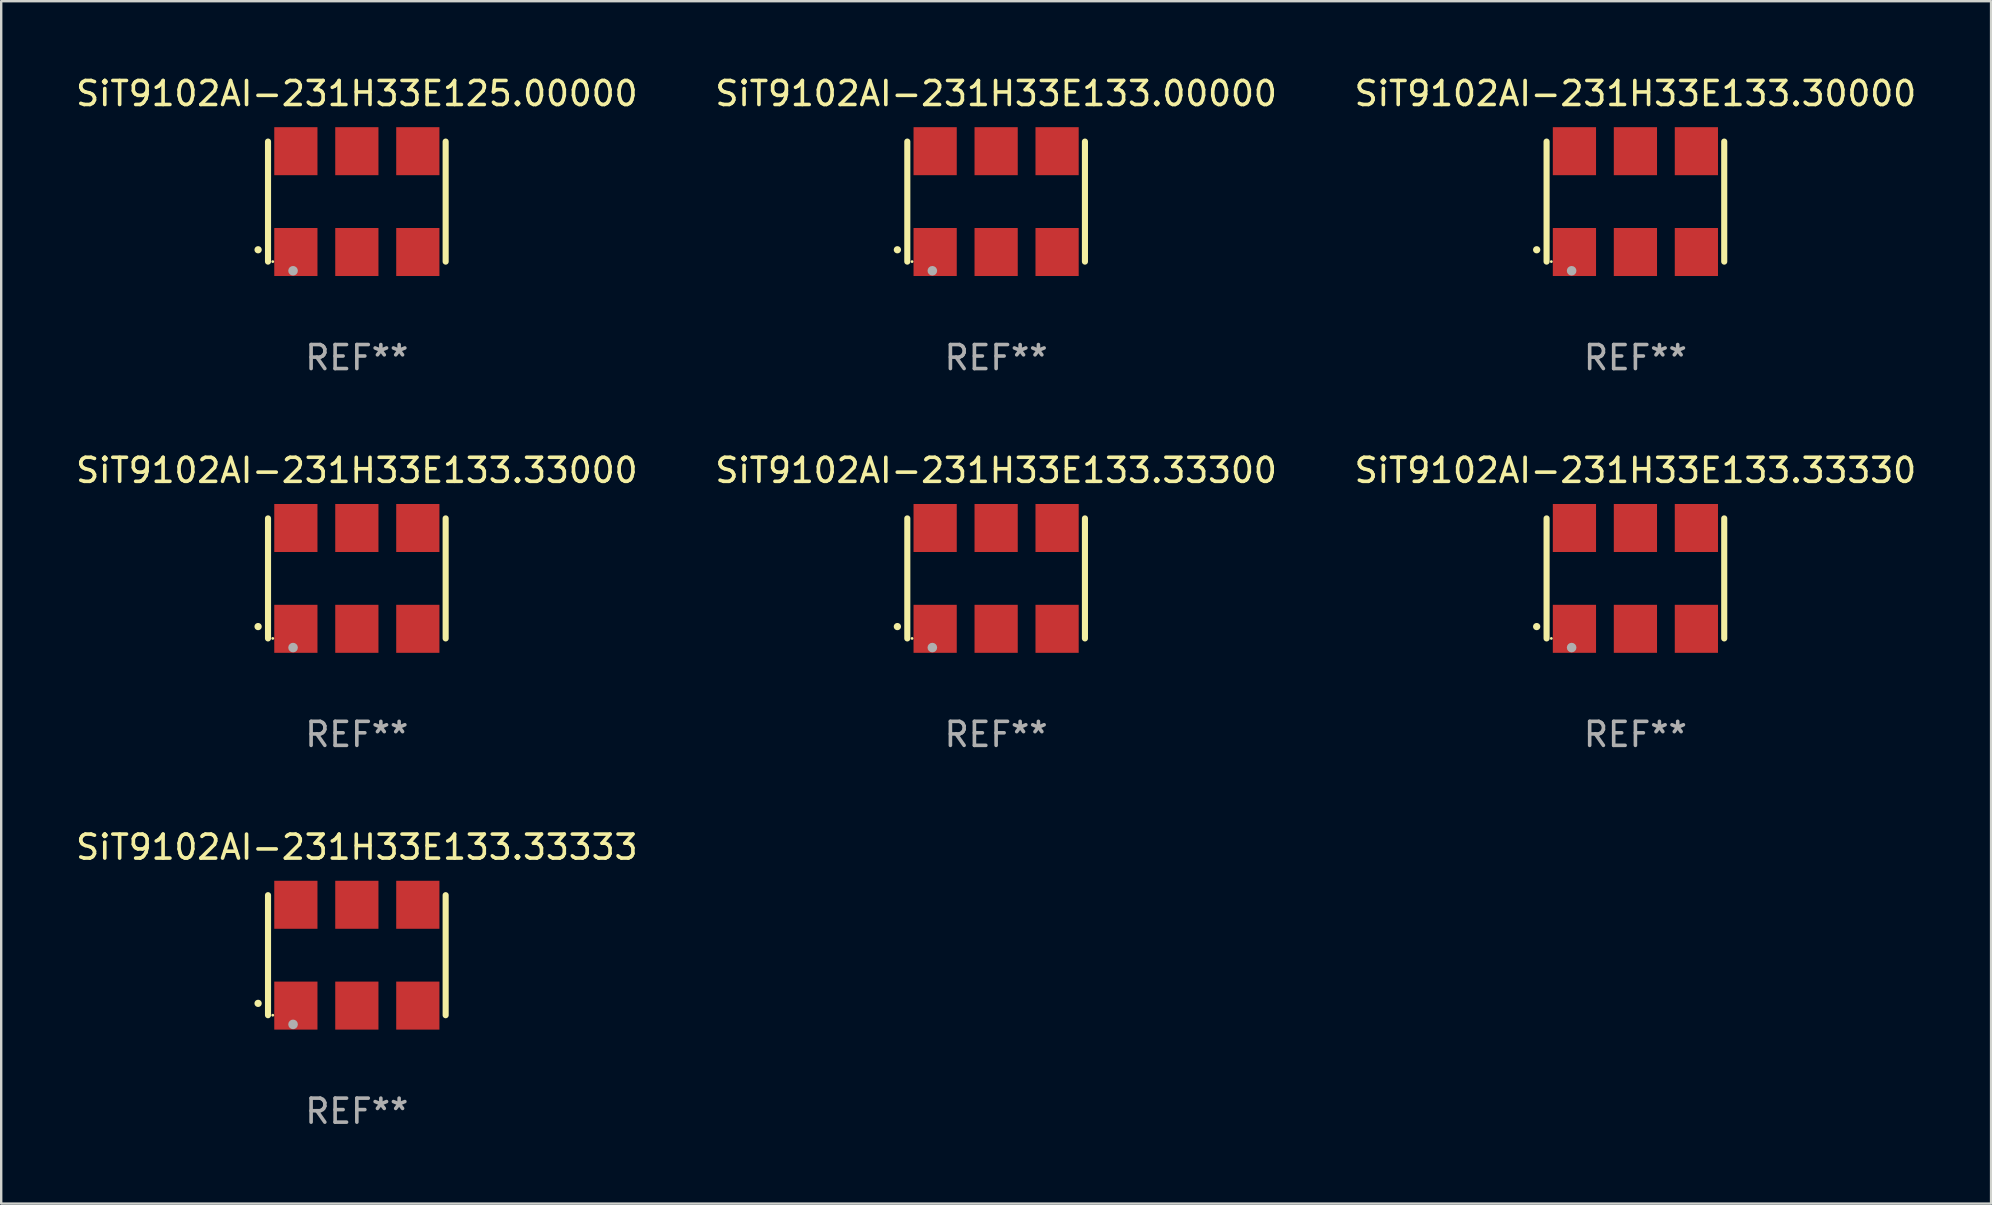
<source format=kicad_pcb>
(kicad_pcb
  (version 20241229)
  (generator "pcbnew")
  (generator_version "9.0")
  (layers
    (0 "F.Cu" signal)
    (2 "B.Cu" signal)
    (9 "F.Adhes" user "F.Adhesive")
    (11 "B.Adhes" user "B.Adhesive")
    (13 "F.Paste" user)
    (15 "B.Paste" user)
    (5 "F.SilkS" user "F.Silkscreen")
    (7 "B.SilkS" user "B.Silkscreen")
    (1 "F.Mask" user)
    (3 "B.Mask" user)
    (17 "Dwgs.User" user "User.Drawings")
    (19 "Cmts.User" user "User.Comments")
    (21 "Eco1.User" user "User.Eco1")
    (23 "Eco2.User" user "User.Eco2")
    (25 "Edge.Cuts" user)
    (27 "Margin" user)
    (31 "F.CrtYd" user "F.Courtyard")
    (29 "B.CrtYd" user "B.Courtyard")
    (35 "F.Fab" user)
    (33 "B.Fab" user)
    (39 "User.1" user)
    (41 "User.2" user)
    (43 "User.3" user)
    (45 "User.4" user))
  (footprint "SiT9102AI-231H33E133.33000"
    (layer "F.Cu")
    (at 11.815 21.045)
    (property "Reference" "SiT9102AI-231H33E133.33000" (at 0 -4.5 0) (layer "F.SilkS") (effects (font (size 1 1) (thickness 0.15))))
    (attr through_hole)
    (fp_line (start -3.7 -2.5) (end -3.7 2.5) (stroke (width 0.254) (type solid)) (layer "F.SilkS"))
    (fp_line (start 3.7 -2.5) (end 3.7 2.5) (stroke (width 0.254) (type solid)) (layer "F.SilkS"))
    (fp_arc (start -4.114415 2.006604) (mid -4.113145 2.006599) (end -4.111875 2.006604) (stroke (width 0.3) (type solid)) (layer "F.SilkS"))
    (fp_circle (center -3.502 2.5) (end -3.472 2.5) (stroke (width 0.06) (type solid)) (fill no) (layer "F.SilkS"))
    (fp_circle (center -2.657 2.882) (end -2.557 2.882) (stroke (width 0.2) (type solid)) (fill no) (layer "F.Fab"))
    (fp_text user "REF**" (at 0 6.5 0) (layer "F.Fab") (effects (font (size 1 1) (thickness 0.15))))
    (pad "1" smd rect (at -2.54 2.1) (size 1.8 2) (layers "F.Cu" "F.Mask" "F.Paste"))
    (pad "2" smd rect (at 0.000394 2.1) (size 1.8 2) (layers "F.Cu" "F.Mask" "F.Paste"))
    (pad "3" smd rect (at 2.54 2.1) (size 1.8 2) (layers "F.Cu" "F.Mask" "F.Paste"))
    (pad "4" smd rect (at 2.54 -2.1) (size 1.8 2) (layers "F.Cu" "F.Mask" "F.Paste"))
    (pad "5" smd rect (at 0.000394 -2.1) (size 1.8 2) (layers "F.Cu" "F.Mask" "F.Paste"))
    (pad "6" smd rect (at -2.54 -2.1) (size 1.8 2) (layers "F.Cu" "F.Mask" "F.Paste")))
  (footprint "SiT9102AI-231H33E133.33330"
    (layer "F.Cu")
    (at 65.077 21.045)
    (property "Reference" "SiT9102AI-231H33E133.33330" (at 0 -4.5 0) (layer "F.SilkS") (effects (font (size 1 1) (thickness 0.15))))
    (attr through_hole)
    (fp_line (start -3.7 -2.5) (end -3.7 2.5) (stroke (width 0.254) (type solid)) (layer "F.SilkS"))
    (fp_line (start 3.7 -2.5) (end 3.7 2.5) (stroke (width 0.254) (type solid)) (layer "F.SilkS"))
    (fp_arc (start -4.114415 2.006604) (mid -4.113145 2.006599) (end -4.111875 2.006604) (stroke (width 0.3) (type solid)) (layer "F.SilkS"))
    (fp_circle (center -3.502 2.5) (end -3.472 2.5) (stroke (width 0.06) (type solid)) (fill no) (layer "F.SilkS"))
    (fp_circle (center -2.657 2.882) (end -2.557 2.882) (stroke (width 0.2) (type solid)) (fill no) (layer "F.Fab"))
    (fp_text user "REF**" (at 0 6.5 0) (layer "F.Fab") (effects (font (size 1 1) (thickness 0.15))))
    (pad "1" smd rect (at -2.54 2.1) (size 1.8 2) (layers "F.Cu" "F.Mask" "F.Paste"))
    (pad "2" smd rect (at 0.000394 2.1) (size 1.8 2) (layers "F.Cu" "F.Mask" "F.Paste"))
    (pad "3" smd rect (at 2.54 2.1) (size 1.8 2) (layers "F.Cu" "F.Mask" "F.Paste"))
    (pad "4" smd rect (at 2.54 -2.1) (size 1.8 2) (layers "F.Cu" "F.Mask" "F.Paste"))
    (pad "5" smd rect (at 0.000394 -2.1) (size 1.8 2) (layers "F.Cu" "F.Mask" "F.Paste"))
    (pad "6" smd rect (at -2.54 -2.1) (size 1.8 2) (layers "F.Cu" "F.Mask" "F.Paste")))
  (footprint "SiT9102AI-231H33E133.33300"
    (layer "F.Cu")
    (at 38.446 21.045)
    (property "Reference" "SiT9102AI-231H33E133.33300" (at 0 -4.5 0) (layer "F.SilkS") (effects (font (size 1 1) (thickness 0.15))))
    (attr through_hole)
    (fp_line (start -3.7 -2.5) (end -3.7 2.5) (stroke (width 0.254) (type solid)) (layer "F.SilkS"))
    (fp_line (start 3.7 -2.5) (end 3.7 2.5) (stroke (width 0.254) (type solid)) (layer "F.SilkS"))
    (fp_arc (start -4.114415 2.006604) (mid -4.113145 2.006599) (end -4.111875 2.006604) (stroke (width 0.3) (type solid)) (layer "F.SilkS"))
    (fp_circle (center -3.502 2.5) (end -3.472 2.5) (stroke (width 0.06) (type solid)) (fill no) (layer "F.SilkS"))
    (fp_circle (center -2.657 2.882) (end -2.557 2.882) (stroke (width 0.2) (type solid)) (fill no) (layer "F.Fab"))
    (fp_text user "REF**" (at 0 6.5 0) (layer "F.Fab") (effects (font (size 1 1) (thickness 0.15))))
    (pad "1" smd rect (at -2.54 2.1) (size 1.8 2) (layers "F.Cu" "F.Mask" "F.Paste"))
    (pad "2" smd rect (at 0.000394 2.1) (size 1.8 2) (layers "F.Cu" "F.Mask" "F.Paste"))
    (pad "3" smd rect (at 2.54 2.1) (size 1.8 2) (layers "F.Cu" "F.Mask" "F.Paste"))
    (pad "4" smd rect (at 2.54 -2.1) (size 1.8 2) (layers "F.Cu" "F.Mask" "F.Paste"))
    (pad "5" smd rect (at 0.000394 -2.1) (size 1.8 2) (layers "F.Cu" "F.Mask" "F.Paste"))
    (pad "6" smd rect (at -2.54 -2.1) (size 1.8 2) (layers "F.Cu" "F.Mask" "F.Paste")))
  (footprint "SiT9102AI-231H33E133.00000"
    (layer "F.Cu")
    (at 38.446 5.348)
    (property "Reference" "SiT9102AI-231H33E133.00000" (at 0 -4.5 0) (layer "F.SilkS") (effects (font (size 1 1) (thickness 0.15))))
    (attr through_hole)
    (fp_line (start -3.7 -2.5) (end -3.7 2.5) (stroke (width 0.254) (type solid)) (layer "F.SilkS"))
    (fp_line (start 3.7 -2.5) (end 3.7 2.5) (stroke (width 0.254) (type solid)) (layer "F.SilkS"))
    (fp_arc (start -4.114415 2.006604) (mid -4.113145 2.006599) (end -4.111875 2.006604) (stroke (width 0.3) (type solid)) (layer "F.SilkS"))
    (fp_circle (center -3.502 2.5) (end -3.472 2.5) (stroke (width 0.06) (type solid)) (fill no) (layer "F.SilkS"))
    (fp_circle (center -2.657 2.882) (end -2.557 2.882) (stroke (width 0.2) (type solid)) (fill no) (layer "F.Fab"))
    (fp_text user "REF**" (at 0 6.5 0) (layer "F.Fab") (effects (font (size 1 1) (thickness 0.15))))
    (pad "1" smd rect (at -2.54 2.1) (size 1.8 2) (layers "F.Cu" "F.Mask" "F.Paste"))
    (pad "2" smd rect (at 0.000394 2.1) (size 1.8 2) (layers "F.Cu" "F.Mask" "F.Paste"))
    (pad "3" smd rect (at 2.54 2.1) (size 1.8 2) (layers "F.Cu" "F.Mask" "F.Paste"))
    (pad "4" smd rect (at 2.54 -2.1) (size 1.8 2) (layers "F.Cu" "F.Mask" "F.Paste"))
    (pad "5" smd rect (at 0.000394 -2.1) (size 1.8 2) (layers "F.Cu" "F.Mask" "F.Paste"))
    (pad "6" smd rect (at -2.54 -2.1) (size 1.8 2) (layers "F.Cu" "F.Mask" "F.Paste")))
  (footprint "SiT9102AI-231H33E133.33333"
    (layer "F.Cu")
    (at 11.815 36.741)
    (property "Reference" "SiT9102AI-231H33E133.33333" (at 0 -4.5 0) (layer "F.SilkS") (effects (font (size 1 1) (thickness 0.15))))
    (attr through_hole)
    (fp_line (start -3.7 -2.5) (end -3.7 2.5) (stroke (width 0.254) (type solid)) (layer "F.SilkS"))
    (fp_line (start 3.7 -2.5) (end 3.7 2.5) (stroke (width 0.254) (type solid)) (layer "F.SilkS"))
    (fp_arc (start -4.114415 2.006604) (mid -4.113145 2.006599) (end -4.111875 2.006604) (stroke (width 0.3) (type solid)) (layer "F.SilkS"))
    (fp_circle (center -3.502 2.5) (end -3.472 2.5) (stroke (width 0.06) (type solid)) (fill no) (layer "F.SilkS"))
    (fp_circle (center -2.657 2.882) (end -2.557 2.882) (stroke (width 0.2) (type solid)) (fill no) (layer "F.Fab"))
    (fp_text user "REF**" (at 0 6.5 0) (layer "F.Fab") (effects (font (size 1 1) (thickness 0.15))))
    (pad "1" smd rect (at -2.54 2.1) (size 1.8 2) (layers "F.Cu" "F.Mask" "F.Paste"))
    (pad "2" smd rect (at 0.000394 2.1) (size 1.8 2) (layers "F.Cu" "F.Mask" "F.Paste"))
    (pad "3" smd rect (at 2.54 2.1) (size 1.8 2) (layers "F.Cu" "F.Mask" "F.Paste"))
    (pad "4" smd rect (at 2.54 -2.1) (size 1.8 2) (layers "F.Cu" "F.Mask" "F.Paste"))
    (pad "5" smd rect (at 0.000394 -2.1) (size 1.8 2) (layers "F.Cu" "F.Mask" "F.Paste"))
    (pad "6" smd rect (at -2.54 -2.1) (size 1.8 2) (layers "F.Cu" "F.Mask" "F.Paste")))
  (footprint "SiT9102AI-231H33E133.30000"
    (layer "F.Cu")
    (at 65.077 5.348)
    (property "Reference" "SiT9102AI-231H33E133.30000" (at 0 -4.5 0) (layer "F.SilkS") (effects (font (size 1 1) (thickness 0.15))))
    (attr through_hole)
    (fp_line (start -3.7 -2.5) (end -3.7 2.5) (stroke (width 0.254) (type solid)) (layer "F.SilkS"))
    (fp_line (start 3.7 -2.5) (end 3.7 2.5) (stroke (width 0.254) (type solid)) (layer "F.SilkS"))
    (fp_arc (start -4.114415 2.006604) (mid -4.113145 2.006599) (end -4.111875 2.006604) (stroke (width 0.3) (type solid)) (layer "F.SilkS"))
    (fp_circle (center -3.502 2.5) (end -3.472 2.5) (stroke (width 0.06) (type solid)) (fill no) (layer "F.SilkS"))
    (fp_circle (center -2.657 2.882) (end -2.557 2.882) (stroke (width 0.2) (type solid)) (fill no) (layer "F.Fab"))
    (fp_text user "REF**" (at 0 6.5 0) (layer "F.Fab") (effects (font (size 1 1) (thickness 0.15))))
    (pad "1" smd rect (at -2.54 2.1) (size 1.8 2) (layers "F.Cu" "F.Mask" "F.Paste"))
    (pad "2" smd rect (at 0.000394 2.1) (size 1.8 2) (layers "F.Cu" "F.Mask" "F.Paste"))
    (pad "3" smd rect (at 2.54 2.1) (size 1.8 2) (layers "F.Cu" "F.Mask" "F.Paste"))
    (pad "4" smd rect (at 2.54 -2.1) (size 1.8 2) (layers "F.Cu" "F.Mask" "F.Paste"))
    (pad "5" smd rect (at 0.000394 -2.1) (size 1.8 2) (layers "F.Cu" "F.Mask" "F.Paste"))
    (pad "6" smd rect (at -2.54 -2.1) (size 1.8 2) (layers "F.Cu" "F.Mask" "F.Paste")))
  (footprint "SiT9102AI-231H33E125.00000"
    (layer "F.Cu")
    (at 11.815 5.348)
    (property "Reference" "SiT9102AI-231H33E125.00000" (at 0 -4.5 0) (layer "F.SilkS") (effects (font (size 1 1) (thickness 0.15))))
    (attr through_hole)
    (fp_line (start -3.7 -2.5) (end -3.7 2.5) (stroke (width 0.254) (type solid)) (layer "F.SilkS"))
    (fp_line (start 3.7 -2.5) (end 3.7 2.5) (stroke (width 0.254) (type solid)) (layer "F.SilkS"))
    (fp_arc (start -4.114415 2.006604) (mid -4.113145 2.006599) (end -4.111875 2.006604) (stroke (width 0.3) (type solid)) (layer "F.SilkS"))
    (fp_circle (center -3.502 2.5) (end -3.472 2.5) (stroke (width 0.06) (type solid)) (fill no) (layer "F.SilkS"))
    (fp_circle (center -2.657 2.882) (end -2.557 2.882) (stroke (width 0.2) (type solid)) (fill no) (layer "F.Fab"))
    (fp_text user "REF**" (at 0 6.5 0) (layer "F.Fab") (effects (font (size 1 1) (thickness 0.15))))
    (pad "1" smd rect (at -2.54 2.1) (size 1.8 2) (layers "F.Cu" "F.Mask" "F.Paste"))
    (pad "2" smd rect (at 0.000394 2.1) (size 1.8 2) (layers "F.Cu" "F.Mask" "F.Paste"))
    (pad "3" smd rect (at 2.54 2.1) (size 1.8 2) (layers "F.Cu" "F.Mask" "F.Paste"))
    (pad "4" smd rect (at 2.54 -2.1) (size 1.8 2) (layers "F.Cu" "F.Mask" "F.Paste"))
    (pad "5" smd rect (at 0.000394 -2.1) (size 1.8 2) (layers "F.Cu" "F.Mask" "F.Paste"))
    (pad "6" smd rect (at -2.54 -2.1) (size 1.8 2) (layers "F.Cu" "F.Mask" "F.Paste")))
  (gr_rect
    (start -3 -3)
    (end 79.893 47.09)
    (stroke (width 0.1) (type default))
    (fill no)
    (layer "Edge.Cuts")))
</source>
